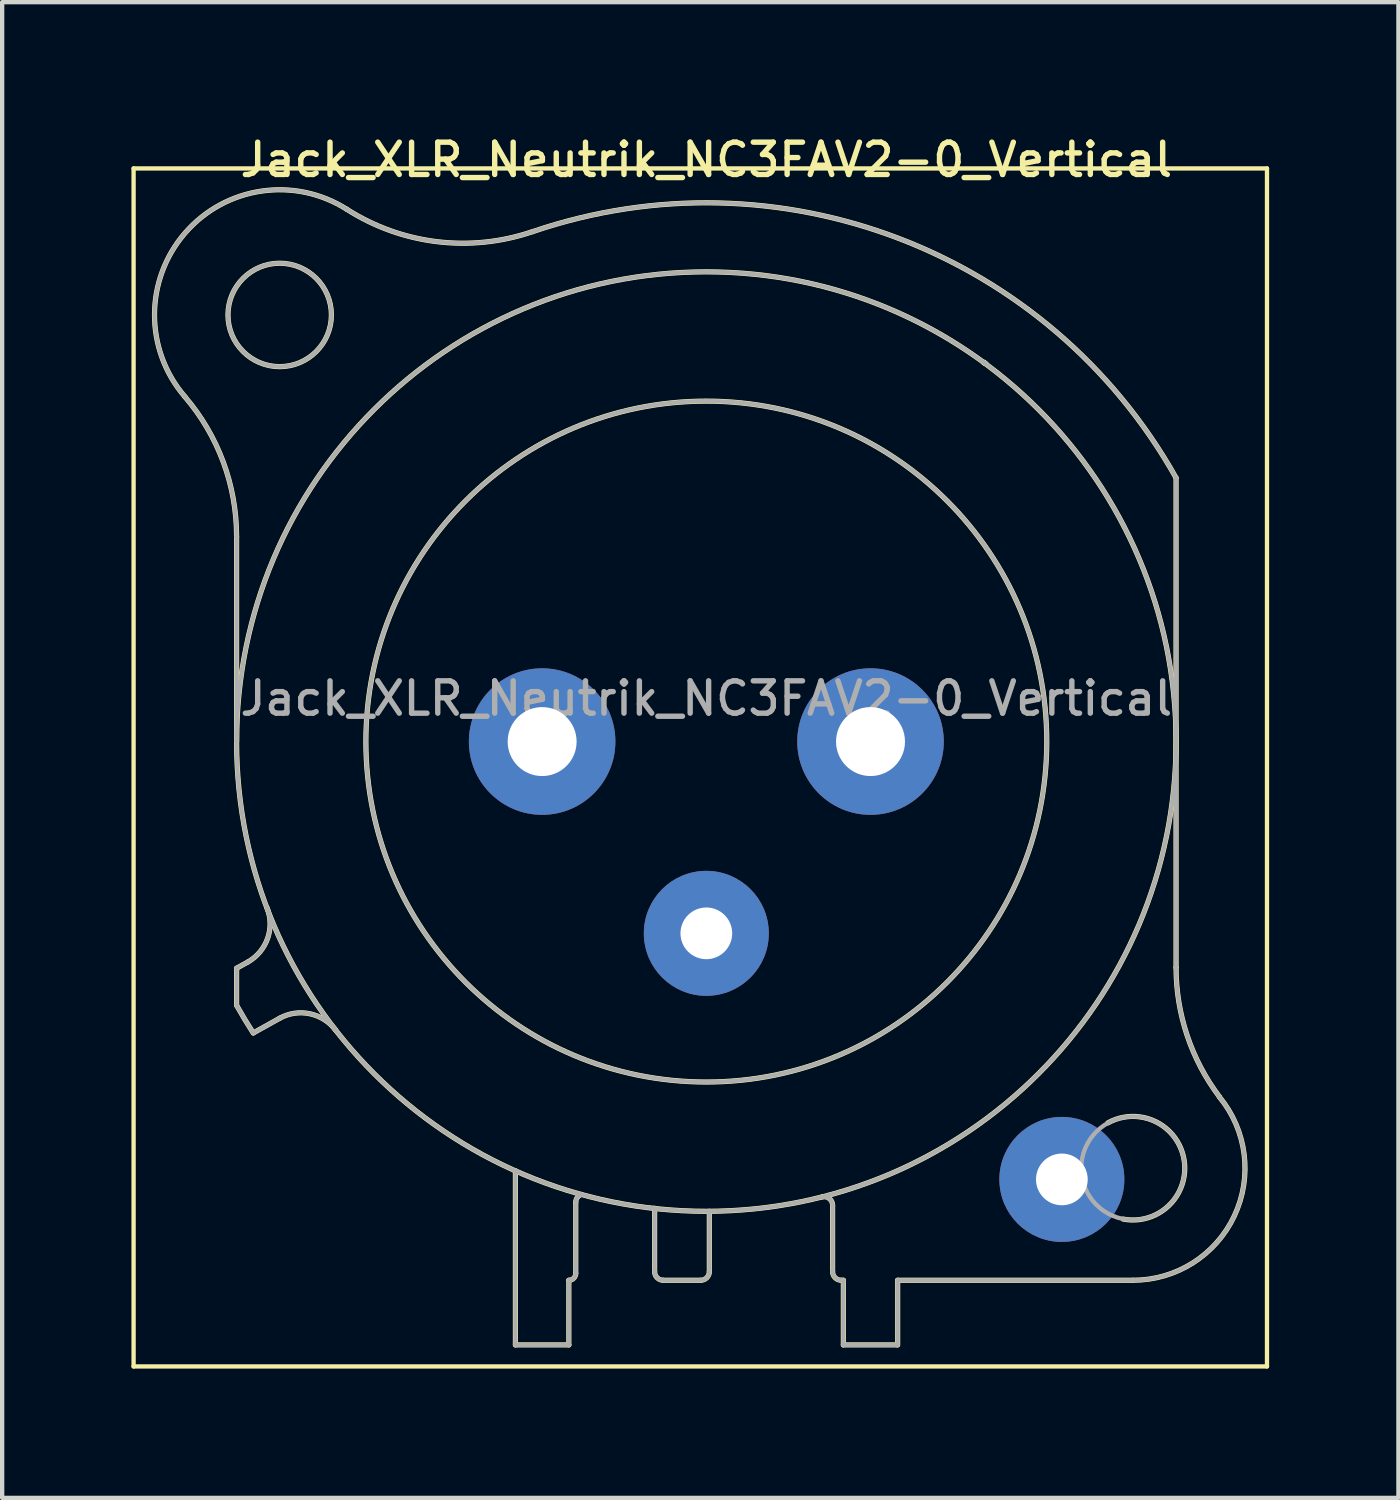
<source format=kicad_pcb>
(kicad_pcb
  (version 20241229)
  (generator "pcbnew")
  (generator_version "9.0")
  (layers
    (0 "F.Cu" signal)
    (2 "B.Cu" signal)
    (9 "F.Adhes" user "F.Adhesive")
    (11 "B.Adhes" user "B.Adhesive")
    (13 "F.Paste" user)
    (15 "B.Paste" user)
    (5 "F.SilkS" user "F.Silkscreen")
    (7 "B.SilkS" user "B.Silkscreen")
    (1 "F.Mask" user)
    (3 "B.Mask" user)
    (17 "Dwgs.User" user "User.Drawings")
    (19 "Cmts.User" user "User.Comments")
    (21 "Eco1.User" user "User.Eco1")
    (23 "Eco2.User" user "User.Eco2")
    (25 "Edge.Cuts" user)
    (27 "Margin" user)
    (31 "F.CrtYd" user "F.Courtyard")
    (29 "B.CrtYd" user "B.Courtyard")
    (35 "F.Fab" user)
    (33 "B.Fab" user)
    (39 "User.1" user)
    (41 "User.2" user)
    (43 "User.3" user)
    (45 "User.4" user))
  (footprint "Jack_XLR_Neutrik_NC3FAV2-0_Vertical"
    (layer "F.Cu")
    (at 17.15 14.158)
    (property "Reference" "Jack_XLR_Neutrik_NC3FAV2-0_Vertical" (at -3.81 -13.5 0) (layer "F.SilkS") (effects (font (size 0.75 0.75) (thickness 0.125))))
    (attr through_hole)
    (fp_line (start -17.1 -13.3) (end 9.2 -13.3) (stroke (width 0.1) (type solid)) (layer "F.SilkS"))
    (fp_line (start -17.1 14.5) (end -17.1 -13.3) (stroke (width 0.1) (type solid)) (layer "F.SilkS"))
    (fp_line (start -14.71 0) (end -14.71 -4.76) (stroke (width 0.12) (type solid)) (layer "F.SilkS"))
    (fp_line (start -14.71 5.26) (end -14.71 6.12) (stroke (width 0.12) (type solid)) (layer "F.SilkS"))
    (fp_line (start -14.44 5.11) (end -14.71 5.26) (stroke (width 0.12) (type solid)) (layer "F.SilkS"))
    (fp_line (start -14.32 6.76) (end -13.71 6.42) (stroke (width 0.12) (type solid)) (layer "F.SilkS"))
    (fp_line (start -8.24 9.96) (end -8.24 14) (stroke (width 0.12) (type solid)) (layer "F.SilkS"))
    (fp_line (start -7 12.5) (end -7 14) (stroke (width 0.12) (type solid)) (layer "F.SilkS"))
    (fp_line (start -7 14) (end -8.24 14) (stroke (width 0.12) (type solid)) (layer "F.SilkS"))
    (fp_line (start -6.84 12.34) (end -6.84 10.69) (stroke (width 0.12) (type solid)) (layer "F.SilkS"))
    (fp_line (start -5.01 10.83) (end -5.01 12.3) (stroke (width 0.12) (type solid)) (layer "F.SilkS"))
    (fp_line (start -3.94 12.5) (end -4.81 12.5) (stroke (width 0.12) (type solid)) (layer "F.SilkS"))
    (fp_line (start -3.74 10.9) (end -3.74 12.3) (stroke (width 0.12) (type solid)) (layer "F.SilkS"))
    (fp_line (start -0.88 12.3) (end -0.88 10.76) (stroke (width 0.12) (type solid)) (layer "F.SilkS"))
    (fp_line (start -0.63 12.5) (end -0.68 12.5) (stroke (width 0.12) (type solid)) (layer "F.SilkS"))
    (fp_line (start -0.63 12.5) (end -0.63 14) (stroke (width 0.12) (type solid)) (layer "F.SilkS"))
    (fp_line (start 0.62 14) (end -0.63 14) (stroke (width 0.12) (type solid)) (layer "F.SilkS"))
    (fp_line (start 0.63 12.5) (end 6.09 12.5) (stroke (width 0.12) (type solid)) (layer "F.SilkS"))
    (fp_line (start 0.63 14) (end 0.63 12.5) (stroke (width 0.12) (type solid)) (layer "F.SilkS"))
    (fp_line (start 7.09 5.24) (end 7.09 -6.12) (stroke (width 0.12) (type solid)) (layer "F.SilkS"))
    (fp_line (start 9.2 -13.3) (end 9.2 14.5) (stroke (width 0.1) (type solid)) (layer "F.SilkS"))
    (fp_line (start 9.2 14.5) (end -17.1 14.5) (stroke (width 0.1) (type solid)) (layer "F.SilkS"))
    (fp_arc (start -15.908829 -8.000856) (mid -15.019313 -6.48774) (end -14.71 -4.76) (stroke (width 0.12) (type solid)) (layer "F.SilkS"))
    (fp_arc (start -15.908236 -8.001617) (mid -15.907486 -11.799251) (end -12.15 -12.35) (stroke (width 0.12) (type solid)) (layer "F.SilkS"))
    (fp_arc (start -14.32314 6.763008) (mid -14.521396 6.444407) (end -14.71 6.12) (stroke (width 0.12) (type solid)) (layer "F.SilkS"))
    (fp_arc (start -14.004283 3.855674) (mid -13.989213 4.56375) (end -14.44 5.11) (stroke (width 0.12) (type solid)) (layer "F.SilkS"))
    (fp_arc (start -13.71 6.42) (mid -13.01025 6.315915) (end -12.412202 6.693832) (stroke (width 0.12) (type solid)) (layer "F.SilkS"))
    (fp_arc (start -7.848035 -11.831177) (mid -10.058192 -11.599923) (end -12.15 -12.35) (stroke (width 0.12) (type solid)) (layer "F.SilkS"))
    (fp_arc (start -7.841153 -11.83276) (mid 0.657009 -11.675197) (end 7.09 -6.12) (stroke (width 0.12) (type solid)) (layer "F.SilkS"))
    (fp_arc (start -6.84 10.69) (mid -6.803713 10.578321) (end -6.708713 10.509299) (stroke (width 0.12) (type solid)) (layer "F.SilkS"))
    (fp_arc (start -6.84 12.34) (mid -6.886863 12.453137) (end -7 12.5) (stroke (width 0.12) (type solid)) (layer "F.SilkS"))
    (fp_arc (start -4.81 12.5) (mid -4.951421 12.441421) (end -5.01 12.3) (stroke (width 0.12) (type solid)) (layer "F.SilkS"))
    (fp_arc (start -3.74 12.3) (mid -3.798579 12.441421) (end -3.94 12.5) (stroke (width 0.12) (type solid)) (layer "F.SilkS"))
    (fp_arc (start -1.1294 10.566197) (mid -0.957281 10.602076) (end -0.88 10.76) (stroke (width 0.12) (type solid)) (layer "F.SilkS"))
    (fp_arc (start -0.68 12.5) (mid -0.821421 12.441421) (end -0.88 12.3) (stroke (width 0.12) (type solid)) (layer "F.SilkS"))
    (fp_arc (start 2.636924 -8.782671) (mid 2.628394 -8.791269) (end 2.62 -8.8) (stroke (width 0.12) (type solid)) (layer "F.SilkS"))
    (fp_arc (start 2.680052 -8.767734) (mid 2.65973 -8.7835) (end 2.64 -8.8) (stroke (width 0.12) (type solid)) (layer "F.SilkS"))
    (fp_arc (start 5.507701 8.848226) (mid 7.277502 9.712546) (end 5.86 11.08) (stroke (width 0.12) (type solid)) (layer "F.SilkS"))
    (fp_arc (start 8.095865 8.245761) (mid 8.441704 11.008824) (end 6.09 12.5) (stroke (width 0.12) (type solid)) (layer "F.SilkS"))
    (fp_arc (start 8.098032 8.243976) (mid 7.348729 6.824298) (end 7.09 5.24) (stroke (width 0.12) (type solid)) (layer "F.SilkS"))
    (fp_circle (center -13.71 -9.9) (end -12.51 -9.9) (stroke (width 0.12) (type solid)) (fill no) (layer "F.SilkS"))
    (fp_circle (center -3.81 0) (end 4.09 0) (stroke (width 0.12) (type solid)) (fill no) (layer "F.SilkS"))
    (fp_circle (center -3.81 0) (end 7.09 0) (stroke (width 0.12) (type solid)) (fill no) (layer "F.SilkS"))
    (fp_line (start -14.71 0) (end -14.71 -4.76) (stroke (width 0.1) (type solid)) (layer "F.Fab"))
    (fp_line (start -14.71 5.26) (end -14.71 6.12) (stroke (width 0.1) (type solid)) (layer "F.Fab"))
    (fp_line (start -14.44 5.11) (end -14.71 5.26) (stroke (width 0.1) (type solid)) (layer "F.Fab"))
    (fp_line (start -14.32 6.76) (end -13.71 6.42) (stroke (width 0.1) (type solid)) (layer "F.Fab"))
    (fp_line (start -8.24 9.96) (end -8.24 14) (stroke (width 0.1) (type solid)) (layer "F.Fab"))
    (fp_line (start -7 12.5) (end -7 14) (stroke (width 0.1) (type solid)) (layer "F.Fab"))
    (fp_line (start -7 14) (end -8.24 14) (stroke (width 0.1) (type solid)) (layer "F.Fab"))
    (fp_line (start -6.84 12.34) (end -6.84 10.69) (stroke (width 0.1) (type solid)) (layer "F.Fab"))
    (fp_line (start -5.01 10.83) (end -5.01 12.3) (stroke (width 0.1) (type solid)) (layer "F.Fab"))
    (fp_line (start -3.94 12.5) (end -4.81 12.5) (stroke (width 0.1) (type solid)) (layer "F.Fab"))
    (fp_line (start -3.74 10.9) (end -3.74 12.3) (stroke (width 0.1) (type solid)) (layer "F.Fab"))
    (fp_line (start -0.88 12.3) (end -0.88 10.76) (stroke (width 0.1) (type solid)) (layer "F.Fab"))
    (fp_line (start -0.63 12.5) (end -0.68 12.5) (stroke (width 0.1) (type solid)) (layer "F.Fab"))
    (fp_line (start -0.63 12.5) (end -0.63 14) (stroke (width 0.1) (type solid)) (layer "F.Fab"))
    (fp_line (start 0.62 14) (end -0.63 14) (stroke (width 0.1) (type solid)) (layer "F.Fab"))
    (fp_line (start 0.63 12.5) (end 6.09 12.5) (stroke (width 0.1) (type solid)) (layer "F.Fab"))
    (fp_line (start 0.63 14) (end 0.63 12.5) (stroke (width 0.1) (type solid)) (layer "F.Fab"))
    (fp_line (start 7.09 5.24) (end 7.09 -6.12) (stroke (width 0.1) (type solid)) (layer "F.Fab"))
    (fp_arc (start -15.908829 -8.000856) (mid -15.019313 -6.48774) (end -14.71 -4.76) (stroke (width 0.1) (type solid)) (layer "F.Fab"))
    (fp_arc (start -15.908236 -8.001617) (mid -15.907486 -11.799251) (end -12.15 -12.35) (stroke (width 0.1) (type solid)) (layer "F.Fab"))
    (fp_arc (start -14.32314 6.763008) (mid -14.521396 6.444407) (end -14.71 6.12) (stroke (width 0.1) (type solid)) (layer "F.Fab"))
    (fp_arc (start -14.004283 3.855674) (mid -13.989213 4.56375) (end -14.44 5.11) (stroke (width 0.1) (type solid)) (layer "F.Fab"))
    (fp_arc (start -13.71 6.42) (mid -13.01025 6.315915) (end -12.412202 6.693832) (stroke (width 0.1) (type solid)) (layer "F.Fab"))
    (fp_arc (start -7.848035 -11.831177) (mid -10.058192 -11.599923) (end -12.15 -12.35) (stroke (width 0.1) (type solid)) (layer "F.Fab"))
    (fp_arc (start -7.841153 -11.83276) (mid 0.657009 -11.675197) (end 7.09 -6.12) (stroke (width 0.1) (type solid)) (layer "F.Fab"))
    (fp_arc (start -6.84 10.69) (mid -6.803713 10.578321) (end -6.708713 10.509299) (stroke (width 0.1) (type solid)) (layer "F.Fab"))
    (fp_arc (start -6.84 12.34) (mid -6.886863 12.453137) (end -7 12.5) (stroke (width 0.1) (type solid)) (layer "F.Fab"))
    (fp_arc (start -4.81 12.5) (mid -4.951421 12.441421) (end -5.01 12.3) (stroke (width 0.1) (type solid)) (layer "F.Fab"))
    (fp_arc (start -3.74 12.3) (mid -3.798579 12.441421) (end -3.94 12.5) (stroke (width 0.1) (type solid)) (layer "F.Fab"))
    (fp_arc (start -1.1294 10.566197) (mid -0.957281 10.602076) (end -0.88 10.76) (stroke (width 0.1) (type solid)) (layer "F.Fab"))
    (fp_arc (start -0.68 12.5) (mid -0.821421 12.441421) (end -0.88 12.3) (stroke (width 0.1) (type solid)) (layer "F.Fab"))
    (fp_arc (start 2.636924 -8.782671) (mid 2.628394 -8.791269) (end 2.62 -8.8) (stroke (width 0.1) (type solid)) (layer "F.Fab"))
    (fp_arc (start 2.680052 -8.767734) (mid 2.65973 -8.7835) (end 2.64 -8.8) (stroke (width 0.1) (type solid)) (layer "F.Fab"))
    (fp_arc (start 8.095865 8.245761) (mid 8.441704 11.008824) (end 6.09 12.5) (stroke (width 0.1) (type solid)) (layer "F.Fab"))
    (fp_arc (start 8.098032 8.243976) (mid 7.348729 6.824298) (end 7.09 5.24) (stroke (width 0.1) (type solid)) (layer "F.Fab"))
    (fp_circle (center -13.71 -9.9) (end -12.51 -9.9) (stroke (width 0.1) (type solid)) (fill no) (layer "F.Fab"))
    (fp_circle (center -3.81 0) (end 4.09 0) (stroke (width 0.1) (type solid)) (fill no) (layer "F.Fab"))
    (fp_circle (center -3.81 0) (end 7.09 0) (stroke (width 0.1) (type solid)) (fill no) (layer "F.Fab"))
    (fp_circle (center 6.09 9.9) (end 7.29 9.9) (stroke (width 0.1) (type solid)) (fill no) (layer "F.Fab"))
    (fp_text user "${REFERENCE}" (at -3.81 -1 0) (layer "F.Fab") (effects (font (size 0.75 0.75) (thickness 0.125))))
    (pad "1" thru_hole circle (at 0 0) (size 3.4 3.4) (drill 1.6) (layers "*.Cu" "*.Mask"))
    (pad "2" thru_hole circle (at -7.62 0) (size 3.4 3.4) (drill 1.6) (layers "*.Cu" "*.Mask"))
    (pad "3" thru_hole circle (at -3.81 4.45) (size 2.9 2.9) (drill 1.2) (layers "*.Cu" "*.Mask"))
    (pad "G" thru_hole circle (at 4.44 10.16) (size 2.9 2.9) (drill 1.2) (layers "*.Cu" "*.Mask")))
  (gr_rect
    (start -3 -3)
    (end 29.4 31.708)
    (stroke (width 0.1) (type default))
    (fill no)
    (layer "Edge.Cuts")))
</source>
